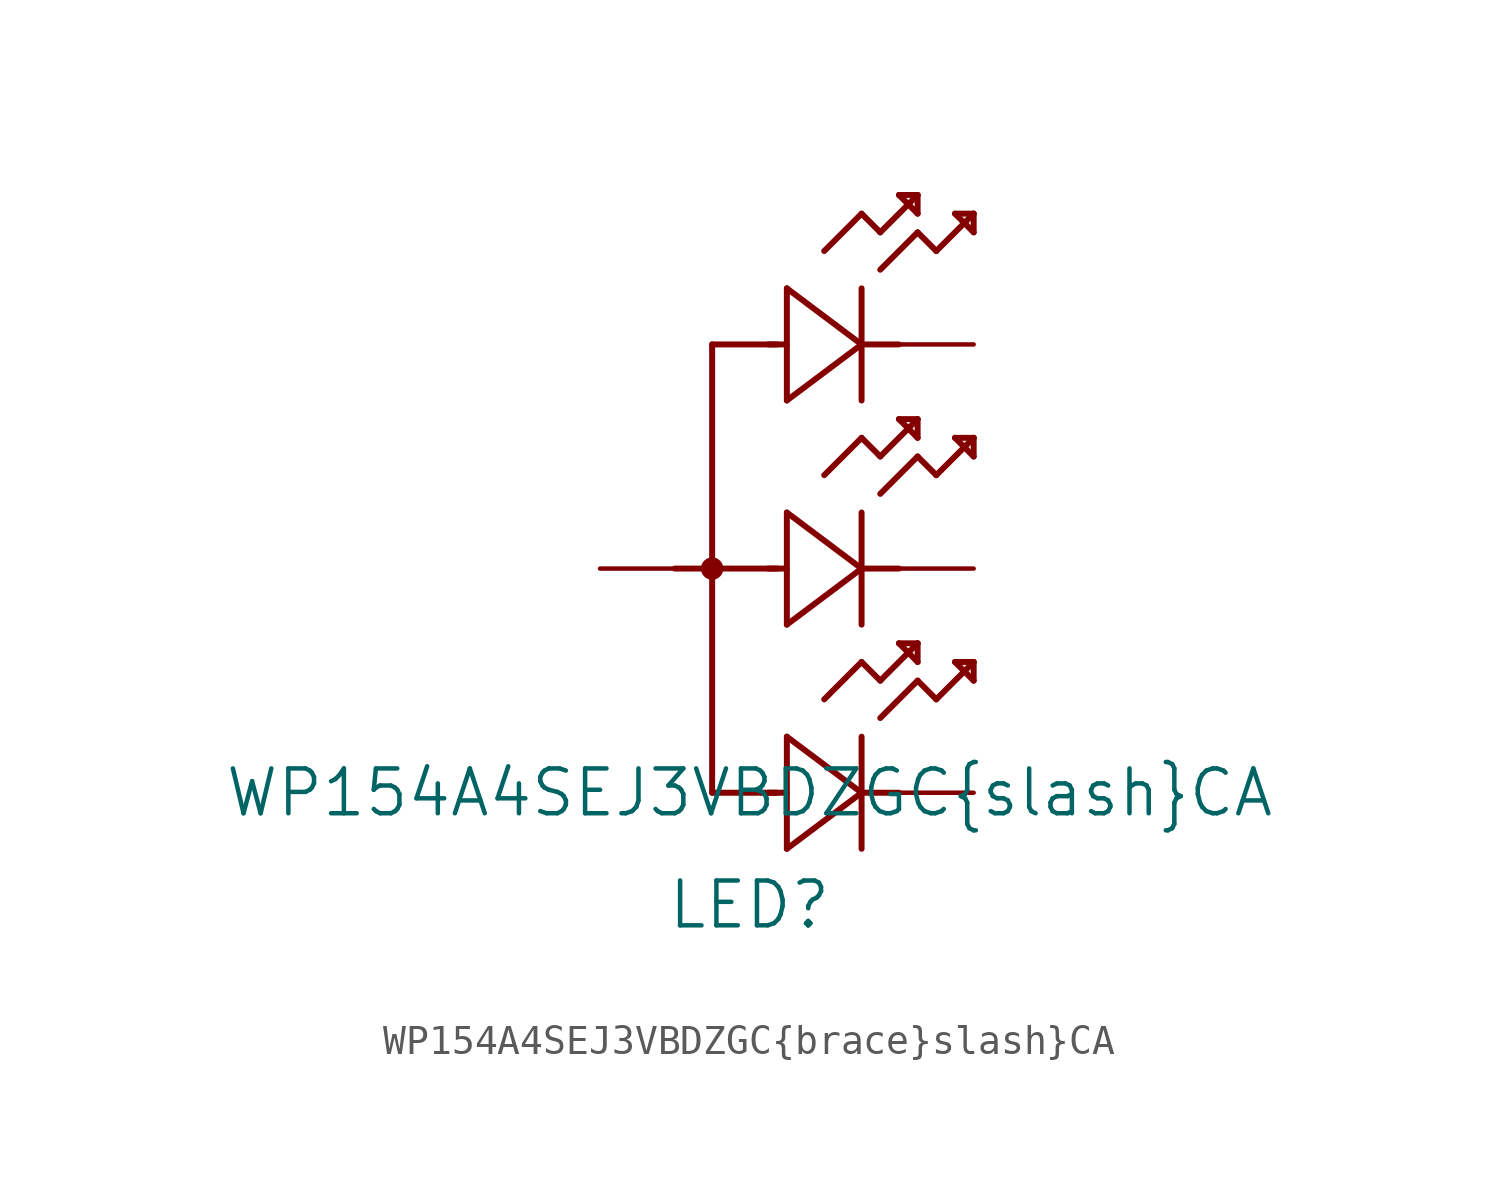
<source format=kicad_sym>
(kicad_symbol_lib
  (version 20211014)
  (generator kicad_symbol_editor)
  (symbol "WP154A4SEJ3VBDZGC{brace}slash}CA"
    (pin_numbers hide)
    (pin_names hide)
    (property "Reference" "LED"
      (at 5.08 -11.43 0)
      (effects (font (size 1.524 1.524))))
    (property "Value" "WP154A4SEJ3VBDZGC{brace}slash}CA"
      (at 5.08 -7.62 0)
      (effects (font (size 1.524 1.524))))
    (property "Datasheet" ""
      (at 0 0 0)
      (effects (font (size 1.524 1.524))))
    (property "ki_locked" ""
      (at 0 0 0)
      (effects (font (size 1.27 1.27))))
    (symbol "WP154A4SEJ3VBDZGC{brace}slash}CA_1_1"
      (polyline (pts (xy 2.54 0) (xy 6.02 0)) (stroke (width 0.203) (type default) (color 0 0 0 0)) (fill (type none)))
      (polyline (pts (xy 3.81 -7.62) (xy 6.02 -7.62)) (stroke (width 0.203) (type default) (color 0 0 0 0)) (fill (type none)))
      (polyline (pts (xy 3.81 7.62) (xy 3.81 -7.62)) (stroke (width 0.203) (type default) (color 0 0 0 0)) (fill (type none)))
      (polyline (pts (xy 3.81 7.62) (xy 6.02 7.62)) (stroke (width 0.203) (type default) (color 0 0 0 0)) (fill (type none)))
      (polyline (pts (xy 5.715 -7.62) (xy 6.35 -7.62)) (stroke (width 0.203) (type default) (color 0 0 0 0)) (fill (type none)))
      (polyline (pts (xy 5.715 0) (xy 6.35 0)) (stroke (width 0.203) (type default) (color 0 0 0 0)) (fill (type none)))
      (polyline (pts (xy 5.715 7.62) (xy 6.35 7.62)) (stroke (width 0.203) (type default) (color 0 0 0 0)) (fill (type none)))
      (polyline (pts (xy 6.35 -9.525) (xy 8.89 -7.62)) (stroke (width 0.203) (type default) (color 0 0 0 0)) (fill (type none)))
      (polyline (pts (xy 6.35 -5.715) (xy 6.35 -9.525)) (stroke (width 0.203) (type default) (color 0 0 0 0)) (fill (type none)))
      (polyline (pts (xy 6.35 -1.905) (xy 8.89 0)) (stroke (width 0.203) (type default) (color 0 0 0 0)) (fill (type none)))
      (polyline (pts (xy 6.35 1.905) (xy 6.35 -1.905)) (stroke (width 0.203) (type default) (color 0 0 0 0)) (fill (type none)))
      (polyline (pts (xy 6.35 5.715) (xy 8.89 7.62)) (stroke (width 0.203) (type default) (color 0 0 0 0)) (fill (type none)))
      (polyline (pts (xy 6.35 9.525) (xy 6.35 5.715)) (stroke (width 0.203) (type default) (color 0 0 0 0)) (fill (type none)))
      (polyline (pts (xy 7.62 -4.445) (xy 8.89 -3.175)) (stroke (width 0.203) (type default) (color 0 0 0 0)) (fill (type none)))
      (polyline (pts (xy 7.62 3.175) (xy 8.89 4.445)) (stroke (width 0.203) (type default) (color 0 0 0 0)) (fill (type none)))
      (polyline (pts (xy 7.62 10.795) (xy 8.89 12.065)) (stroke (width 0.203) (type default) (color 0 0 0 0)) (fill (type none)))
      (polyline (pts (xy 8.89 -9.525) (xy 8.89 -5.715)) (stroke (width 0.203) (type default) (color 0 0 0 0)) (fill (type none)))
      (polyline (pts (xy 8.89 -7.62) (xy 6.35 -5.715)) (stroke (width 0.203) (type default) (color 0 0 0 0)) (fill (type none)))
      (polyline (pts (xy 8.89 -7.62) (xy 10.16 -7.62)) (stroke (width 0.203) (type default) (color 0 0 0 0)) (fill (type none)))
      (polyline (pts (xy 8.89 -3.175) (xy 9.525 -3.81)) (stroke (width 0.203) (type default) (color 0 0 0 0)) (fill (type none)))
      (polyline (pts (xy 8.89 -1.905) (xy 8.89 1.905)) (stroke (width 0.203) (type default) (color 0 0 0 0)) (fill (type none)))
      (polyline (pts (xy 8.89 0) (xy 6.35 1.905)) (stroke (width 0.203) (type default) (color 0 0 0 0)) (fill (type none)))
      (polyline (pts (xy 8.89 0) (xy 10.16 0)) (stroke (width 0.203) (type default) (color 0 0 0 0)) (fill (type none)))
      (polyline (pts (xy 8.89 4.445) (xy 9.525 3.81)) (stroke (width 0.203) (type default) (color 0 0 0 0)) (fill (type none)))
      (polyline (pts (xy 8.89 5.715) (xy 8.89 9.525)) (stroke (width 0.203) (type default) (color 0 0 0 0)) (fill (type none)))
      (polyline (pts (xy 8.89 7.62) (xy 6.35 9.525)) (stroke (width 0.203) (type default) (color 0 0 0 0)) (fill (type none)))
      (polyline (pts (xy 8.89 7.62) (xy 10.16 7.62)) (stroke (width 0.203) (type default) (color 0 0 0 0)) (fill (type none)))
      (polyline (pts (xy 8.89 12.065) (xy 9.525 11.43)) (stroke (width 0.203) (type default) (color 0 0 0 0)) (fill (type none)))
      (polyline (pts (xy 9.525 -5.08) (xy 10.795 -3.81)) (stroke (width 0.203) (type default) (color 0 0 0 0)) (fill (type none)))
      (polyline (pts (xy 9.525 -3.81) (xy 10.795 -2.54)) (stroke (width 0.203) (type default) (color 0 0 0 0)) (fill (type none)))
      (polyline (pts (xy 9.525 2.54) (xy 10.795 3.81)) (stroke (width 0.203) (type default) (color 0 0 0 0)) (fill (type none)))
      (polyline (pts (xy 9.525 3.81) (xy 10.795 5.08)) (stroke (width 0.203) (type default) (color 0 0 0 0)) (fill (type none)))
      (polyline (pts (xy 9.525 10.16) (xy 10.795 11.43)) (stroke (width 0.203) (type default) (color 0 0 0 0)) (fill (type none)))
      (polyline (pts (xy 9.525 11.43) (xy 10.795 12.7)) (stroke (width 0.203) (type default) (color 0 0 0 0)) (fill (type none)))
      (polyline (pts (xy 10.16 -2.54) (xy 10.795 -3.175)) (stroke (width 0.203) (type default) (color 0 0 0 0)) (fill (type none)))
      (polyline (pts (xy 10.16 5.08) (xy 10.795 4.445)) (stroke (width 0.203) (type default) (color 0 0 0 0)) (fill (type none)))
      (polyline (pts (xy 10.16 12.7) (xy 10.795 12.065)) (stroke (width 0.203) (type default) (color 0 0 0 0)) (fill (type none)))
      (polyline (pts (xy 10.795 -3.81) (xy 11.43 -4.445)) (stroke (width 0.203) (type default) (color 0 0 0 0)) (fill (type none)))
      (polyline (pts (xy 10.795 -3.175) (xy 10.795 -2.54)) (stroke (width 0.203) (type default) (color 0 0 0 0)) (fill (type none)))
      (polyline (pts (xy 10.795 -2.54) (xy 10.16 -2.54)) (stroke (width 0.203) (type default) (color 0 0 0 0)) (fill (type none)))
      (polyline (pts (xy 10.795 3.81) (xy 11.43 3.175)) (stroke (width 0.203) (type default) (color 0 0 0 0)) (fill (type none)))
      (polyline (pts (xy 10.795 4.445) (xy 10.795 5.08)) (stroke (width 0.203) (type default) (color 0 0 0 0)) (fill (type none)))
      (polyline (pts (xy 10.795 5.08) (xy 10.16 5.08)) (stroke (width 0.203) (type default) (color 0 0 0 0)) (fill (type none)))
      (polyline (pts (xy 10.795 11.43) (xy 11.43 10.795)) (stroke (width 0.203) (type default) (color 0 0 0 0)) (fill (type none)))
      (polyline (pts (xy 10.795 12.065) (xy 10.795 12.7)) (stroke (width 0.203) (type default) (color 0 0 0 0)) (fill (type none)))
      (polyline (pts (xy 10.795 12.7) (xy 10.16 12.7)) (stroke (width 0.203) (type default) (color 0 0 0 0)) (fill (type none)))
      (polyline (pts (xy 11.43 -4.445) (xy 12.7 -3.175)) (stroke (width 0.203) (type default) (color 0 0 0 0)) (fill (type none)))
      (polyline (pts (xy 11.43 3.175) (xy 12.7 4.445)) (stroke (width 0.203) (type default) (color 0 0 0 0)) (fill (type none)))
      (polyline (pts (xy 11.43 10.795) (xy 12.7 12.065)) (stroke (width 0.203) (type default) (color 0 0 0 0)) (fill (type none)))
      (polyline (pts (xy 12.065 -3.175) (xy 12.7 -3.81)) (stroke (width 0.203) (type default) (color 0 0 0 0)) (fill (type none)))
      (polyline (pts (xy 12.065 4.445) (xy 12.7 3.81)) (stroke (width 0.203) (type default) (color 0 0 0 0)) (fill (type none)))
      (polyline (pts (xy 12.065 12.065) (xy 12.7 11.43)) (stroke (width 0.203) (type default) (color 0 0 0 0)) (fill (type none)))
      (polyline (pts (xy 12.7 -3.81) (xy 12.7 -3.175)) (stroke (width 0.203) (type default) (color 0 0 0 0)) (fill (type none)))
      (polyline (pts (xy 12.7 -3.175) (xy 12.065 -3.175)) (stroke (width 0.203) (type default) (color 0 0 0 0)) (fill (type none)))
      (polyline (pts (xy 12.7 3.81) (xy 12.7 4.445)) (stroke (width 0.203) (type default) (color 0 0 0 0)) (fill (type none)))
      (polyline (pts (xy 12.7 4.445) (xy 12.065 4.445)) (stroke (width 0.203) (type default) (color 0 0 0 0)) (fill (type none)))
      (polyline (pts (xy 12.7 11.43) (xy 12.7 12.065)) (stroke (width 0.203) (type default) (color 0 0 0 0)) (fill (type none)))
      (polyline (pts (xy 12.7 12.065) (xy 12.065 12.065)) (stroke (width 0.203) (type default) (color 0 0 0 0)) (fill (type none)))
      (arc (start 3.81 -0.254) (mid 3.81 0.254) (end 3.81 -0.254) (stroke (width 0.254) (type default) (color 0 0 0 0)) (fill (type none)))
      (circle (center 3.81 0) (radius 0.254) (stroke (width 0.254) (type default) (color 0 0 0 0)) (fill (type none)))
      (pin unspecified line (at 12.7 -7.62 180) (length 2.54) (name "1" (effects (font (size 1.499 1.499)))) (number "1" (effects (font (size 1.499 1.499)))))
      (pin unspecified line (at 0 0 0) (length 2.54) (name "2" (effects (font (size 1.499 1.499)))) (number "2" (effects (font (size 1.499 1.499)))))
      (pin unspecified line (at 12.7 0 180) (length 2.54) (name "3" (effects (font (size 1.499 1.499)))) (number "3" (effects (font (size 1.499 1.499)))))
      (pin unspecified line (at 12.7 7.62 180) (length 2.54) (name "4" (effects (font (size 1.499 1.499)))) (number "4" (effects (font (size 1.499 1.499))))))))
</source>
